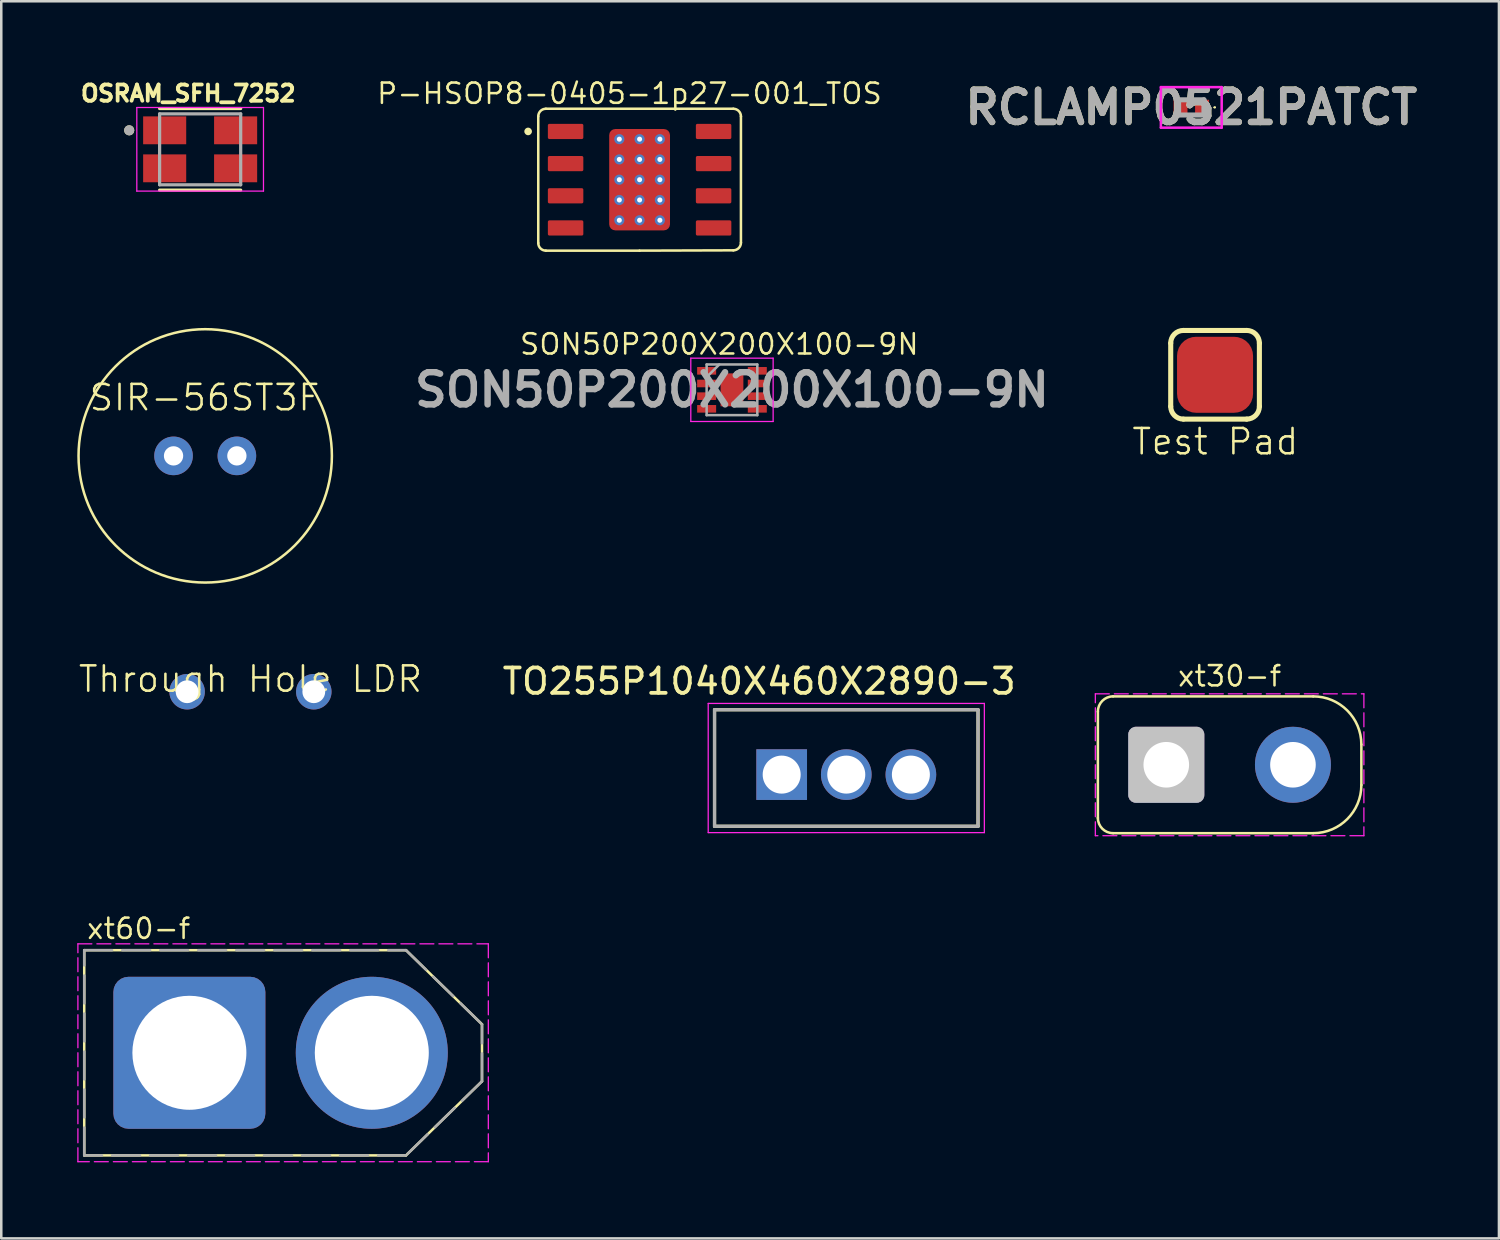
<source format=kicad_pcb>
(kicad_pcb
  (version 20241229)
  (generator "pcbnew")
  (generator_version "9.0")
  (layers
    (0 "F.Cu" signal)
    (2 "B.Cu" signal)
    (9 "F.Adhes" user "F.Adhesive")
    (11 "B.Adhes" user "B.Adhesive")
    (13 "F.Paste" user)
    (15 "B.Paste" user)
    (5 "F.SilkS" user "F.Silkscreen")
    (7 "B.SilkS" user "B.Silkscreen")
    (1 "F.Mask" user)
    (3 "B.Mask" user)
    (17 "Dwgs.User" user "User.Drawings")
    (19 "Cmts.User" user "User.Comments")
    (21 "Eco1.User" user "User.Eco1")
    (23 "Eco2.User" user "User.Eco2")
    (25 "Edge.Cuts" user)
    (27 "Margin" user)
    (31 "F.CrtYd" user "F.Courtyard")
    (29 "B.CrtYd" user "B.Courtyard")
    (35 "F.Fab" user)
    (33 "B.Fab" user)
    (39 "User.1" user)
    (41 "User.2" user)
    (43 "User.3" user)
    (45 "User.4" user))
  (footprint "TO255P1040X460X2890-3"
    (layer "F.Cu")
    (at 27.804 27.525)
    (property "Reference" "TO255P1040X460X2890-3" (at -0.889 -3.683 0) (layer "F.SilkS") (effects (font (size 1 1) (thickness 0.15))))
    (attr through_hole)
    (fp_line (start -2.65 -2.56) (end 7.75 -2.56) (stroke (width 0.127) (type solid)) (layer "F.SilkS"))
    (fp_line (start -2.65 2.04) (end -2.65 -2.56) (stroke (width 0.127) (type solid)) (layer "F.SilkS"))
    (fp_line (start 7.75 -2.56) (end 7.75 2.04) (stroke (width 0.127) (type solid)) (layer "F.SilkS"))
    (fp_line (start 7.75 2.04) (end -2.65 2.04) (stroke (width 0.127) (type solid)) (layer "F.SilkS"))
    (fp_line (start -2.9 -2.81) (end -2.9 2.29) (stroke (width 0.05) (type solid)) (layer "F.CrtYd"))
    (fp_line (start -2.9 2.29) (end 8 2.29) (stroke (width 0.05) (type solid)) (layer "F.CrtYd"))
    (fp_line (start 8 -2.81) (end -2.9 -2.81) (stroke (width 0.05) (type solid)) (layer "F.CrtYd"))
    (fp_line (start 8 2.29) (end 8 -2.81) (stroke (width 0.05) (type solid)) (layer "F.CrtYd"))
    (fp_line (start -2.65 -2.56) (end 7.75 -2.56) (stroke (width 0.127) (type solid)) (layer "F.Fab"))
    (fp_line (start -2.65 2.04) (end -2.65 -2.56) (stroke (width 0.127) (type solid)) (layer "F.Fab"))
    (fp_line (start 7.75 -2.56) (end 7.75 2.04) (stroke (width 0.127) (type solid)) (layer "F.Fab"))
    (fp_line (start 7.75 2.04) (end -2.65 2.04) (stroke (width 0.127) (type solid)) (layer "F.Fab"))
    (pad "1" thru_hole rect (at 0 0) (size 2 2) (drill 1.5) (layers "*.Cu" "*.Mask"))
    (pad "2" thru_hole circle (at 2.55 0) (size 2 2) (drill 1.5) (layers "*.Cu" "*.Mask"))
    (pad "3" thru_hole circle (at 5.1 0) (size 2 2) (drill 1.5) (layers "*.Cu" "*.Mask")))
  (footprint "P-HSOP8-0405-1p27-001_TOS"
    (layer "F.Cu")
    (at 22.196 4.043)
    (property "Reference" "P-HSOP8-0405-1p27-001_TOS" (at -0.4 -3.4 0) (unlocked yes) (layer "F.SilkS") (effects (font (size 0.8 0.8) (thickness 0.1))))
    (attr smd)
    (fp_line (start -4 2.5) (end -4 -2.5) (stroke (width 0.1) (type default)) (layer "F.SilkS"))
    (fp_line (start -3.7 2.8) (end 0 2.8) (stroke (width 0.1) (type default)) (layer "F.SilkS"))
    (fp_line (start 3.7 -2.8) (end -3.7 -2.8) (stroke (width 0.1) (type default)) (layer "F.SilkS"))
    (fp_line (start 3.7 2.788) (end 0 2.8) (stroke (width 0.1) (type default)) (layer "F.SilkS"))
    (fp_line (start 4 -2.5) (end 4 2.488) (stroke (width 0.1) (type default)) (layer "F.SilkS"))
    (fp_arc (start -4 -2.5) (mid -3.912132 -2.712132) (end -3.7 -2.8) (stroke (width 0.1) (type default)) (layer "F.SilkS"))
    (fp_arc (start -3.7 2.8) (mid -3.912132 2.712132) (end -4 2.5) (stroke (width 0.1) (type default)) (layer "F.SilkS"))
    (fp_arc (start 3.7 -2.8) (mid 3.912132 -2.712132) (end 4 -2.5) (stroke (width 0.1) (type default)) (layer "F.SilkS"))
    (fp_arc (start 4 2.487868) (mid 3.912132 2.7) (end 3.7 2.787868) (stroke (width 0.1) (type default)) (layer "F.SilkS"))
    (fp_circle (center -4.4 -1.905) (end -4.3 -1.905) (stroke (width 0.1) (type solid)) (fill yes) (layer "F.SilkS"))
    (pad "1" smd roundrect (at -2.921 -1.905 90) (size 0.6 1.4) (layers "F.Cu" "F.Mask" "F.Paste") (roundrect_rratio 0.1))
    (pad "2" smd roundrect (at -2.921 -0.635 90) (size 0.6 1.4) (layers "F.Cu" "F.Mask" "F.Paste") (roundrect_rratio 0.1))
    (pad "3" smd roundrect (at -2.921 0.635 90) (size 0.6 1.4) (layers "F.Cu" "F.Mask" "F.Paste") (roundrect_rratio 0.1))
    (pad "4" smd roundrect (at -2.921 1.905 90) (size 0.6 1.4) (layers "F.Cu" "F.Mask" "F.Paste") (roundrect_rratio 0.1))
    (pad "5" smd roundrect (at 2.921 1.905 270) (size 0.6 1.4) (layers "F.Cu" "F.Mask" "F.Paste") (roundrect_rratio 0.1))
    (pad "6" smd roundrect (at 2.921 0.635 270) (size 0.6 1.4) (layers "F.Cu" "F.Mask" "F.Paste") (roundrect_rratio 0.1))
    (pad "7" smd roundrect (at 2.921 -0.635 270) (size 0.6 1.4) (layers "F.Cu" "F.Mask" "F.Paste") (roundrect_rratio 0.1))
    (pad "8" smd roundrect (at 2.921 -1.905 270) (size 0.6 1.4) (layers "F.Cu" "F.Mask" "F.Paste") (roundrect_rratio 0.1))
    (pad "9" thru_hole circle (at -0.8 -1.6) (size 0.4 0.4) (drill 0.2) (layers "*.Cu" "*.Mask"))
    (pad "9" thru_hole circle (at -0.8 -0.8) (size 0.4 0.4) (drill 0.2) (layers "*.Cu" "*.Mask"))
    (pad "9" thru_hole circle (at -0.8 0) (size 0.4 0.4) (drill 0.2) (layers "*.Cu" "*.Mask"))
    (pad "9" thru_hole circle (at -0.8 0.8 180) (size 0.4 0.4) (drill 0.2) (layers "*.Cu" "*.Mask"))
    (pad "9" thru_hole circle (at -0.8 1.6 180) (size 0.4 0.4) (drill 0.2) (layers "*.Cu" "*.Mask"))
    (pad "9" thru_hole circle (at 0 -1.6) (size 0.4 0.4) (drill 0.2) (layers "*.Cu" "*.Mask"))
    (pad "9" thru_hole circle (at 0 -0.8) (size 0.4 0.4) (drill 0.2) (layers "*.Cu" "*.Mask"))
    (pad "9" thru_hole circle (at 0 0) (size 0.4 0.4) (drill 0.2) (layers "*.Cu" "*.Mask"))
    (pad "9" smd roundrect (at 0 0) (size 2.4 4) (layers "F.Cu" "F.Mask" "F.Paste") (roundrect_rratio 0.1))
    (pad "9" thru_hole circle (at 0 0.8 180) (size 0.4 0.4) (drill 0.2) (layers "*.Cu" "*.Mask"))
    (pad "9" thru_hole circle (at 0 1.6 180) (size 0.4 0.4) (drill 0.2) (layers "*.Cu" "*.Mask"))
    (pad "9" thru_hole circle (at 0.8 -1.6) (size 0.4 0.4) (drill 0.2) (layers "*.Cu" "*.Mask"))
    (pad "9" thru_hole circle (at 0.8 -0.8) (size 0.4 0.4) (drill 0.2) (layers "*.Cu" "*.Mask"))
    (pad "9" thru_hole circle (at 0.8 0) (size 0.4 0.4) (drill 0.2) (layers "*.Cu" "*.Mask"))
    (pad "9" thru_hole circle (at 0.8 0.8 180) (size 0.4 0.4) (drill 0.2) (layers "*.Cu" "*.Mask"))
    (pad "9" thru_hole circle (at 0.8 1.6 180) (size 0.4 0.4) (drill 0.2) (layers "*.Cu" "*.Mask")))
  (footprint "xt60-f"
    (layer "F.Cu")
    (at 8.025 38.505)
    (property "Reference" "xt60-f" (at -5.6 -4.9 0) (layer "F.SilkS") (effects (font (size 0.8 0.8) (thickness 0.1))))
    (attr through_hole)
    (fp_line (start -7.75 -4.05) (end 4.95 -4.05) (stroke (width 0.1) (type solid)) (layer "F.SilkS"))
    (fp_line (start -7.75 4.05) (end -7.75 -4.05) (stroke (width 0.1) (type solid)) (layer "F.SilkS"))
    (fp_line (start 4.95 -4.05) (end 7.95 -1.125) (stroke (width 0.1) (type solid)) (layer "F.SilkS"))
    (fp_line (start 4.95 4.05) (end -7.75 4.05) (stroke (width 0.1) (type solid)) (layer "F.SilkS"))
    (fp_line (start 7.95 1.125) (end 4.95 4.05) (stroke (width 0.1) (type solid)) (layer "F.SilkS"))
    (fp_line (start 7.95 1.125) (end 7.95 -1.125) (stroke (width 0.1) (type default)) (layer "F.SilkS"))
    (fp_rect (start -8 -4.3) (end 8.2 4.3) (stroke (width 0.05) (type dash)) (fill no) (layer "F.CrtYd"))
    (fp_line (start -7.75 -4.05) (end 4.95 -4.05) (stroke (width 0.1) (type dash)) (layer "F.Fab"))
    (fp_line (start -7.75 4.05) (end -7.75 -4.05) (stroke (width 0.1) (type dash)) (layer "F.Fab"))
    (fp_line (start 4.95 -4.05) (end 7.95 -1.125) (stroke (width 0.1) (type dash)) (layer "F.Fab"))
    (fp_line (start 4.95 4.05) (end -7.75 4.05) (stroke (width 0.1) (type dash)) (layer "F.Fab"))
    (fp_line (start 7.95 1.125) (end 4.95 4.05) (stroke (width 0.1) (type dash)) (layer "F.Fab"))
    (fp_line (start 7.95 1.125) (end 7.95 -1.125) (stroke (width 0.1) (type dash)) (layer "F.Fab"))
    (pad "1" thru_hole roundrect (at -3.6 0) (size 6 6) (drill 4.5) (layers "*.Cu" "*.Mask") (roundrect_rratio 0.1))
    (pad "2" thru_hole circle (at 3.6 0) (size 6 6) (drill 4.5) (layers "*.Cu" "*.Mask")))
  (footprint "OSRAM_SFH_7252"
    (layer "F.Cu")
    (at 4.85 2.844)
    (property "Reference" "OSRAM_SFH_7252" (at -0.468 -2.206 0) (layer "F.SilkS") (effects (font (size 0.64 0.64) (thickness 0.15))))
    (attr smd)
    (fp_poly (pts (xy -1.95 -1.6) (xy -0.85 -1.6) (xy -0.85 0.1) (xy -1.95 0.1)) (stroke (width 0.01) (type solid)) (fill yes) (layer "F.Mask"))
    (fp_poly (pts (xy -1.95 -0.1) (xy -0.85 -0.1) (xy -0.85 1.6) (xy -1.95 1.6)) (stroke (width 0.01) (type solid)) (fill yes) (layer "F.Mask"))
    (fp_poly (pts (xy 0.85 -1.6) (xy 1.95 -1.6) (xy 1.95 0.1) (xy 0.85 0.1)) (stroke (width 0.01) (type solid)) (fill yes) (layer "F.Mask"))
    (fp_poly (pts (xy 0.85 -0.1) (xy 1.95 -0.1) (xy 1.95 1.6) (xy 0.85 1.6)) (stroke (width 0.01) (type solid)) (fill yes) (layer "F.Mask"))
    (fp_line (start -1.6 -1.61) (end 1.6 -1.61) (stroke (width 0.127) (type solid)) (layer "F.SilkS"))
    (fp_line (start 1.6 1.61) (end -1.6 1.61) (stroke (width 0.127) (type solid)) (layer "F.SilkS"))
    (fp_circle (center -2.8 -0.75) (end -2.7 -0.75) (stroke (width 0.2) (type solid)) (fill no) (layer "F.SilkS"))
    (fp_poly (pts (xy -1.85 -1.4) (xy -0.95 -1.4) (xy -0.95 -0.1) (xy -1.85 -0.1)) (stroke (width 0.01) (type solid)) (fill yes) (layer "F.Paste"))
    (fp_poly (pts (xy -1.85 0.1) (xy -0.95 0.1) (xy -0.95 1.4) (xy -1.85 1.4)) (stroke (width 0.01) (type solid)) (fill yes) (layer "F.Paste"))
    (fp_poly (pts (xy 0.95 -1.4) (xy 1.85 -1.4) (xy 1.85 -0.1) (xy 0.95 -0.1)) (stroke (width 0.01) (type solid)) (fill yes) (layer "F.Paste"))
    (fp_poly (pts (xy 0.95 0.1) (xy 1.85 0.1) (xy 1.85 1.4) (xy 0.95 1.4)) (stroke (width 0.01) (type solid)) (fill yes) (layer "F.Paste"))
    (fp_line (start -2.5 -1.65) (end 2.5 -1.65) (stroke (width 0.05) (type solid)) (layer "F.CrtYd"))
    (fp_line (start -2.5 1.65) (end -2.5 -1.65) (stroke (width 0.05) (type solid)) (layer "F.CrtYd"))
    (fp_line (start 2.5 -1.65) (end 2.5 1.65) (stroke (width 0.05) (type solid)) (layer "F.CrtYd"))
    (fp_line (start 2.5 1.65) (end -2.5 1.65) (stroke (width 0.05) (type solid)) (layer "F.CrtYd"))
    (fp_line (start -1.6 -1.4) (end 1.6 -1.4) (stroke (width 0.127) (type solid)) (layer "F.Fab"))
    (fp_line (start -1.6 1.4) (end -1.6 -1.4) (stroke (width 0.127) (type solid)) (layer "F.Fab"))
    (fp_line (start 1.6 -1.4) (end 1.6 1.4) (stroke (width 0.127) (type solid)) (layer "F.Fab"))
    (fp_line (start 1.6 1.4) (end -1.6 1.4) (stroke (width 0.127) (type solid)) (layer "F.Fab"))
    (fp_circle (center -2.8 -0.75) (end -2.7 -0.75) (stroke (width 0.2) (type solid)) (fill no) (layer "F.Fab"))
    (pad "1" smd rect (at -1.4 -0.75) (size 1.7 1.1) (layers "F.Cu"))
    (pad "2" smd rect (at 1.4 -0.75) (size 1.7 1.1) (layers "F.Cu"))
    (pad "3" smd rect (at 1.4 0.75) (size 1.7 1.1) (layers "F.Cu"))
    (pad "4" smd rect (at -1.4 0.75) (size 1.7 1.1) (layers "F.Cu")))
  (footprint "Through Hole LDR"
    (layer "F.Cu")
    (at 6.836 24.254)
    (property "Reference" "Through Hole LDR" (at 0 -0.5 0) (unlocked yes) (layer "F.SilkS") (effects (font (size 1 1) (thickness 0.1))))
    (attr through_hole)
    (pad "1" thru_hole circle (at 2.5 0) (size 1.4 1.4) (drill 0.9) (layers "*.Cu" "*.Mask"))
    (pad "2" thru_hole circle (at -2.5 0) (size 1.4 1.4) (drill 0.9) (layers "*.Cu" "*.Mask")))
  (footprint "xt30-f"
    (layer "F.Cu")
    (at 45.485 27.137)
    (property "Reference" "xt30-f" (at 0 -3.5 180) (layer "F.SilkS") (effects (font (size 0.8 0.8) (thickness 0.1))))
    (attr through_hole)
    (fp_line (start -5.2 -2.1) (end -5.2 2.1) (stroke (width 0.1) (type default)) (layer "F.SilkS"))
    (fp_line (start -4.6 2.7) (end 3.3 2.7) (stroke (width 0.1) (type default)) (layer "F.SilkS"))
    (fp_line (start 3.3 -2.7) (end -4.6 -2.7) (stroke (width 0.1) (type default)) (layer "F.SilkS"))
    (fp_line (start 5.2 0.8) (end 5.2 -0.8) (stroke (width 0.1) (type default)) (layer "F.SilkS"))
    (fp_arc (start -5.2 -2.1) (mid -5.024264 -2.524264) (end -4.6 -2.7) (stroke (width 0.1) (type default)) (layer "F.SilkS"))
    (fp_arc (start -4.6 2.7) (mid -5.024264 2.524264) (end -5.2 2.1) (stroke (width 0.1) (type default)) (layer "F.SilkS"))
    (fp_arc (start 3.3 -2.7) (mid 4.643503 -2.143503) (end 5.2 -0.8) (stroke (width 0.1) (type default)) (layer "F.SilkS"))
    (fp_arc (start 5.2 0.8) (mid 4.643503 2.143503) (end 3.3 2.7) (stroke (width 0.1) (type default)) (layer "F.SilkS"))
    (fp_rect (start -5.3 -2.8) (end 5.3 2.8) (stroke (width 0.05) (type dash)) (fill no) (layer "F.CrtYd"))
    (pad "1" thru_hole roundrect (at -2.5 0 180) (size 3 3) (drill 1.8) (layers "*.Cu" "*.Mask" "Dwgs.User") (roundrect_rratio 0.1))
    (pad "2" thru_hole circle (at 2.5 0 180) (size 3 3) (drill 1.8) (layers "*.Cu" "*.Mask")))
  (footprint "SON50P200X200X100-9N"
    (layer "F.Cu")
    (at 25.842 12.337)
    (property "Reference" "SON50P200X200X100-9N" (at -0.5 -1.8 0) (layer "F.SilkS") (effects (font (size 0.8 0.8) (thickness 0.1))))
    (attr smd)
    (fp_line (start -1.625 -1.25) (end 1.625 -1.25) (stroke (width 0.05) (type solid)) (layer "F.CrtYd"))
    (fp_line (start -1.625 1.25) (end -1.625 -1.25) (stroke (width 0.05) (type solid)) (layer "F.CrtYd"))
    (fp_line (start 1.625 -1.25) (end 1.625 1.25) (stroke (width 0.05) (type solid)) (layer "F.CrtYd"))
    (fp_line (start 1.625 1.25) (end -1.625 1.25) (stroke (width 0.05) (type solid)) (layer "F.CrtYd"))
    (fp_line (start -1 -1) (end 1 -1) (stroke (width 0.1) (type solid)) (layer "F.Fab"))
    (fp_line (start -1 -0.5) (end -0.5 -1) (stroke (width 0.1) (type solid)) (layer "F.Fab"))
    (fp_line (start -1 1) (end -1 -1) (stroke (width 0.1) (type solid)) (layer "F.Fab"))
    (fp_line (start 1 -1) (end 1 1) (stroke (width 0.1) (type solid)) (layer "F.Fab"))
    (fp_line (start 1 1) (end -1 1) (stroke (width 0.1) (type solid)) (layer "F.Fab"))
    (fp_text user "${REFERENCE}" (at 0 0 0) (layer "F.Fab") (effects (font (size 1.27 1.27) (thickness 0.254))))
    (pad "1" smd rect (at -1 -0.75 90) (size 0.3 0.75) (layers "F.Cu" "F.Mask" "F.Paste"))
    (pad "2" smd rect (at -1 -0.25 90) (size 0.3 0.75) (layers "F.Cu" "F.Mask" "F.Paste"))
    (pad "3" smd rect (at -1 0.25 90) (size 0.3 0.75) (layers "F.Cu" "F.Mask" "F.Paste"))
    (pad "4" smd rect (at -1 0.75 90) (size 0.3 0.75) (layers "F.Cu" "F.Mask" "F.Paste"))
    (pad "5" smd rect (at 1 0.75 90) (size 0.3 0.75) (layers "F.Cu" "F.Mask" "F.Paste"))
    (pad "6" smd rect (at 1 0.25 90) (size 0.3 0.75) (layers "F.Cu" "F.Mask" "F.Paste"))
    (pad "7" smd rect (at 1 -0.25 90) (size 0.3 0.75) (layers "F.Cu" "F.Mask" "F.Paste"))
    (pad "8" smd rect (at 1 -0.75 90) (size 0.3 0.75) (layers "F.Cu" "F.Mask" "F.Paste"))
    (pad "9" smd rect (at 0 0) (size 0.9 1.3) (layers "F.Cu" "F.Mask" "F.Paste")))
  (footprint "RCLAMP0521PATCT"
    (layer "F.Cu")
    (at 43.972 1.189)
    (property "Reference" "RCLAMP0521PATCT" (at 0 0 0) (layer "F.SilkS") (effects (font (size 1.27 1.27) (thickness 0.254))))
    (attr smd)
    (fp_line (start 0.9 0) (end 0.9 0) (stroke (width 0.05) (type solid)) (layer "F.SilkS"))
    (fp_line (start 0.95 0) (end 0.95 0) (stroke (width 0.05) (type solid)) (layer "F.SilkS"))
    (fp_arc (start 0.9 0) (mid 0.925 -0.025) (end 0.95 0) (stroke (width 0.05) (type solid)) (layer "F.SilkS"))
    (fp_arc (start 0.95 0) (mid 0.925 0.025) (end 0.9 0) (stroke (width 0.05) (type solid)) (layer "F.SilkS"))
    (fp_line (start -1.2 -0.8) (end 1.2 -0.8) (stroke (width 0.1) (type solid)) (layer "F.CrtYd"))
    (fp_line (start -1.2 0.8) (end -1.2 -0.8) (stroke (width 0.1) (type solid)) (layer "F.CrtYd"))
    (fp_line (start 1.2 -0.8) (end 1.2 0.8) (stroke (width 0.1) (type solid)) (layer "F.CrtYd"))
    (fp_line (start 1.2 0.8) (end -1.2 0.8) (stroke (width 0.1) (type solid)) (layer "F.CrtYd"))
    (fp_line (start -0.5 -0.3) (end 0.5 -0.3) (stroke (width 0.2) (type solid)) (layer "F.Fab"))
    (fp_line (start -0.5 0.3) (end -0.5 -0.3) (stroke (width 0.2) (type solid)) (layer "F.Fab"))
    (fp_line (start 0.5 -0.3) (end 0.5 0.3) (stroke (width 0.2) (type solid)) (layer "F.Fab"))
    (fp_line (start 0.5 0.3) (end -0.5 0.3) (stroke (width 0.2) (type solid)) (layer "F.Fab"))
    (fp_text user "${REFERENCE}" (at 0 0 0) (layer "F.Fab") (effects (font (size 1.27 1.27) (thickness 0.254))))
    (pad "1" smd rect (at 0.425 0) (size 0.55 0.6) (layers "F.Cu" "F.Mask" "F.Paste"))
    (pad "2" smd rect (at -0.425 0) (size 0.55 0.6) (layers "F.Cu" "F.Mask" "F.Paste")))
  (footprint "SIR-56ST3F"
    (layer "F.Cu")
    (at 5.05 14.944)
    (property "Reference" "SIR-56ST3F" (at -0.025 -2.3 0) (unlocked yes) (layer "F.SilkS") (effects (font (size 1 1) (thickness 0.1))))
    (attr through_hole)
    (fp_circle (center 0 0) (end 5 0) (stroke (width 0.1) (type default)) (fill no) (layer "F.SilkS"))
    (pad "1" thru_hole circle (at -1.25 0) (size 1.524 1.524) (drill 0.762) (layers "*.Cu" "*.Mask"))
    (pad "2" thru_hole circle (at 1.25 0) (size 1.524 1.524) (drill 0.762) (layers "*.Cu" "*.Mask")))
  (footprint "Test Pad"
    (layer "F.Cu")
    (at 44.91 11.743)
    (property "Reference" "Test Pad" (at 0.01 2.64 0) (unlocked yes) (layer "F.SilkS") (effects (font (size 1 1) (thickness 0.1))))
    (attr smd)
    (fp_line (start -1.75 1.25) (end -1.75 -1.25) (stroke (width 0.2) (type default)) (layer "F.SilkS"))
    (fp_line (start -1.25 -1.75) (end 1.25 -1.75) (stroke (width 0.2) (type default)) (layer "F.SilkS"))
    (fp_line (start 1.25 1.75) (end -1.25 1.75) (stroke (width 0.2) (type default)) (layer "F.SilkS"))
    (fp_line (start 1.75 -1.25) (end 1.75 1.25) (stroke (width 0.2) (type default)) (layer "F.SilkS"))
    (fp_arc (start -1.75 -1.25) (mid -1.603554 -1.603554) (end -1.25 -1.75) (stroke (width 0.2) (type default)) (layer "F.SilkS"))
    (fp_arc (start -1.25 1.75) (mid -1.603553 1.603553) (end -1.75 1.25) (stroke (width 0.2) (type default)) (layer "F.SilkS"))
    (fp_arc (start 1.25 -1.75) (mid 1.603553 -1.603553) (end 1.75 -1.25) (stroke (width 0.2) (type default)) (layer "F.SilkS"))
    (fp_arc (start 1.75 1.25) (mid 1.603553 1.603553) (end 1.25 1.75) (stroke (width 0.2) (type default)) (layer "F.SilkS"))
    (pad "1" smd roundrect (at 0 0) (size 3 3) (layers "F.Cu" "F.Mask" "F.Paste") (roundrect_rratio 0.25)))
  (gr_rect
    (start -3 -3)
    (end 56.116 45.831)
    (stroke (width 0.1) (type default))
    (fill no)
    (layer "Edge.Cuts")))
</source>
